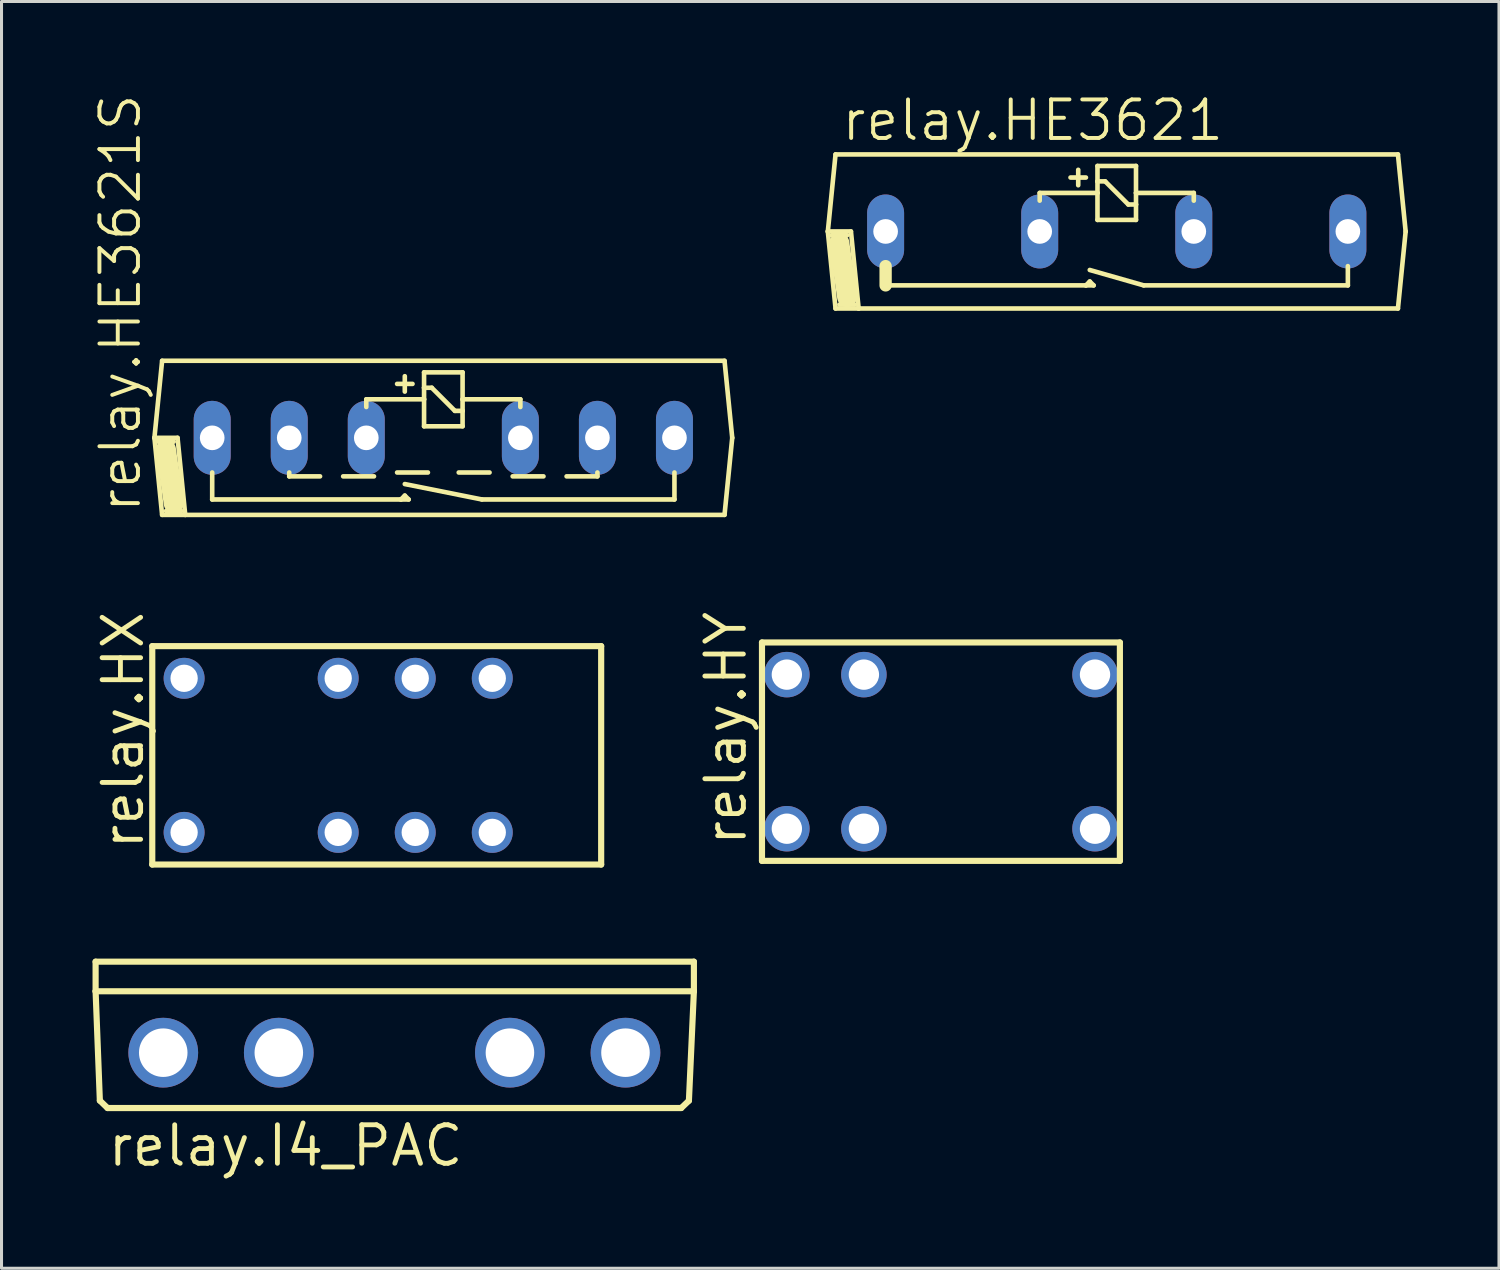
<source format=kicad_pcb>
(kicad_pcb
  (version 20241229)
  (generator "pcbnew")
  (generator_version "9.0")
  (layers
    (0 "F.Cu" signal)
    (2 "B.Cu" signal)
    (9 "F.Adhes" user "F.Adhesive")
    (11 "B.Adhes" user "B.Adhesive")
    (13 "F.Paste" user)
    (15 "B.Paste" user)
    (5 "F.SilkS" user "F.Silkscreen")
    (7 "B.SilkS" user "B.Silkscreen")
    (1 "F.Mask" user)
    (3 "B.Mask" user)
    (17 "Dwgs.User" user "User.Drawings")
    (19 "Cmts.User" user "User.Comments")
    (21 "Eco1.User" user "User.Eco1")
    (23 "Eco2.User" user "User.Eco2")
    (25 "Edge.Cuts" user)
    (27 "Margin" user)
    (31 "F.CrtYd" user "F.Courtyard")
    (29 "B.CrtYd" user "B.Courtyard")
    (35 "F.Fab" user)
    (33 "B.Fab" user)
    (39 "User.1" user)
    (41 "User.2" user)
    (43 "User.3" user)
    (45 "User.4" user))
  (footprint "relay.HX"
    (layer "F.Cu")
    (at 9.37 21.853)
    (property "Reference" "relay.HX" (at -7.62 3.175 90) (layer "F.SilkS") (effects (font (size 1.27 1.27) (thickness 0.16)) (justify left bottom)))
    (attr through_hole)
    (fp_line (start -7.4 -3.6) (end 7.4 -3.6) (stroke (width 0.203) (type default)) (layer "F.SilkS"))
    (fp_line (start -7.4 3.6) (end -7.4 -3.6) (stroke (width 0.203) (type default)) (layer "F.SilkS"))
    (fp_line (start 7.4 -3.6) (end 7.4 3.6) (stroke (width 0.203) (type default)) (layer "F.SilkS"))
    (fp_line (start 7.4 3.6) (end -7.4 3.6) (stroke (width 0.203) (type default)) (layer "F.SilkS"))
    (pad "1" thru_hole circle (at -6.35 2.54) (size 1.35 1.35) (drill 0.9) (layers "*.Cu" "*.Mask"))
    (pad "3" thru_hole circle (at -1.27 2.54) (size 1.35 1.35) (drill 0.9) (layers "*.Cu" "*.Mask"))
    (pad "4" thru_hole circle (at 1.27 2.54) (size 1.35 1.35) (drill 0.9) (layers "*.Cu" "*.Mask"))
    (pad "5" thru_hole circle (at 3.81 2.54) (size 1.35 1.35) (drill 0.9) (layers "*.Cu" "*.Mask"))
    (pad "8" thru_hole circle (at 3.81 -2.54) (size 1.35 1.35) (drill 0.9) (layers "*.Cu" "*.Mask"))
    (pad "9" thru_hole circle (at 1.27 -2.54) (size 1.35 1.35) (drill 0.9) (layers "*.Cu" "*.Mask"))
    (pad "10" thru_hole circle (at -1.27 -2.54) (size 1.35 1.35) (drill 0.9) (layers "*.Cu" "*.Mask"))
    (pad "12" thru_hole circle (at -6.35 -2.54) (size 1.35 1.35) (drill 0.9) (layers "*.Cu" "*.Mask")))
  (footprint "relay.HE3621S"
    (layer "F.Cu")
    (at 11.566 11.385)
    (property "Reference" "relay.HE3621S" (at -9.906 2.54 90) (layer "F.SilkS") (effects (font (size 1.27 1.27) (thickness 0.13)) (justify left bottom)))
    (attr through_hole)
    (fp_line (start -9.525 0) (end -9.271 -2.54) (stroke (width 0.152) (type default)) (layer "F.SilkS"))
    (fp_line (start -9.525 0) (end -8.763 0) (stroke (width 0.152) (type default)) (layer "F.SilkS"))
    (fp_line (start -9.271 -2.54) (end 9.271 -2.54) (stroke (width 0.152) (type default)) (layer "F.SilkS"))
    (fp_line (start -9.271 2.54) (end -9.525 0) (stroke (width 0.152) (type default)) (layer "F.SilkS"))
    (fp_line (start -9.144 0.381) (end -8.89 2.159) (stroke (width 0.66) (type default)) (layer "F.SilkS"))
    (fp_line (start -8.89 0.127) (end -9.398 0.127) (stroke (width 0.152) (type default)) (layer "F.SilkS"))
    (fp_line (start -8.763 0) (end -8.509 2.54) (stroke (width 0.152) (type default)) (layer "F.SilkS"))
    (fp_line (start -8.636 2.413) (end -9.144 2.413) (stroke (width 0.152) (type default)) (layer "F.SilkS"))
    (fp_line (start -8.509 2.54) (end -9.271 2.54) (stroke (width 0.152) (type default)) (layer "F.SilkS"))
    (fp_line (start -7.62 2.032) (end -7.62 1.143) (stroke (width 0.152) (type default)) (layer "F.SilkS"))
    (fp_line (start -5.08 1.143) (end -5.08 1.27) (stroke (width 0.152) (type default)) (layer "F.SilkS"))
    (fp_line (start -4.064 1.27) (end -5.08 1.27) (stroke (width 0.152) (type default)) (layer "F.SilkS"))
    (fp_line (start -2.54 -1.016) (end -2.54 -1.27) (stroke (width 0.152) (type default)) (layer "F.SilkS"))
    (fp_line (start -2.286 1.27) (end -3.302 1.27) (stroke (width 0.152) (type default)) (layer "F.SilkS"))
    (fp_line (start -1.524 -1.778) (end -1.016 -1.778) (stroke (width 0.152) (type default)) (layer "F.SilkS"))
    (fp_line (start -1.397 2.032) (end -7.62 2.032) (stroke (width 0.152) (type default)) (layer "F.SilkS"))
    (fp_line (start -1.27 -1.524) (end -1.27 -2.032) (stroke (width 0.152) (type default)) (layer "F.SilkS"))
    (fp_line (start -1.27 1.905) (end -1.397 2.032) (stroke (width 0.152) (type default)) (layer "F.SilkS"))
    (fp_line (start -1.143 2.032) (end -1.397 2.032) (stroke (width 0.152) (type default)) (layer "F.SilkS"))
    (fp_line (start -1.143 2.032) (end -1.27 1.905) (stroke (width 0.152) (type default)) (layer "F.SilkS"))
    (fp_line (start -0.635 -2.159) (end -0.635 -1.651) (stroke (width 0.152) (type default)) (layer "F.SilkS"))
    (fp_line (start -0.635 -1.651) (end -0.635 -1.27) (stroke (width 0.152) (type default)) (layer "F.SilkS"))
    (fp_line (start -0.635 -1.651) (end -0.381 -1.651) (stroke (width 0.152) (type default)) (layer "F.SilkS"))
    (fp_line (start -0.635 -1.27) (end -2.54 -1.27) (stroke (width 0.152) (type default)) (layer "F.SilkS"))
    (fp_line (start -0.635 -1.27) (end -0.635 -0.381) (stroke (width 0.152) (type default)) (layer "F.SilkS"))
    (fp_line (start -0.635 -0.381) (end 0.635 -0.381) (stroke (width 0.152) (type default)) (layer "F.SilkS"))
    (fp_line (start -0.508 1.143) (end -1.524 1.143) (stroke (width 0.152) (type default)) (layer "F.SilkS"))
    (fp_line (start -0.381 -1.651) (end 0.381 -0.889) (stroke (width 0.152) (type default)) (layer "F.SilkS"))
    (fp_line (start 0.381 -0.889) (end 0.635 -0.889) (stroke (width 0.152) (type default)) (layer "F.SilkS"))
    (fp_line (start 0.635 -2.159) (end -0.635 -2.159) (stroke (width 0.152) (type default)) (layer "F.SilkS"))
    (fp_line (start 0.635 -1.27) (end 0.635 -2.159) (stroke (width 0.152) (type default)) (layer "F.SilkS"))
    (fp_line (start 0.635 -1.27) (end 2.54 -1.27) (stroke (width 0.152) (type default)) (layer "F.SilkS"))
    (fp_line (start 0.635 -0.889) (end 0.635 -1.27) (stroke (width 0.152) (type default)) (layer "F.SilkS"))
    (fp_line (start 0.635 -0.381) (end 0.635 -0.889) (stroke (width 0.152) (type default)) (layer "F.SilkS"))
    (fp_line (start 1.27 2.032) (end -1.27 1.524) (stroke (width 0.152) (type default)) (layer "F.SilkS"))
    (fp_line (start 1.524 1.143) (end 0.508 1.143) (stroke (width 0.152) (type default)) (layer "F.SilkS"))
    (fp_line (start 2.54 -1.016) (end 2.54 -1.27) (stroke (width 0.152) (type default)) (layer "F.SilkS"))
    (fp_line (start 3.302 1.27) (end 2.286 1.27) (stroke (width 0.152) (type default)) (layer "F.SilkS"))
    (fp_line (start 5.08 1.143) (end 5.08 1.27) (stroke (width 0.152) (type default)) (layer "F.SilkS"))
    (fp_line (start 5.08 1.27) (end 4.064 1.27) (stroke (width 0.152) (type default)) (layer "F.SilkS"))
    (fp_line (start 7.62 1.143) (end 7.62 2.032) (stroke (width 0.152) (type default)) (layer "F.SilkS"))
    (fp_line (start 7.62 2.032) (end 1.27 2.032) (stroke (width 0.152) (type default)) (layer "F.SilkS"))
    (fp_line (start 9.271 -2.54) (end 9.525 0) (stroke (width 0.152) (type default)) (layer "F.SilkS"))
    (fp_line (start 9.271 2.54) (end -8.509 2.54) (stroke (width 0.152) (type default)) (layer "F.SilkS"))
    (fp_line (start 9.525 0) (end 9.271 2.54) (stroke (width 0.152) (type default)) (layer "F.SilkS"))
    (pad "1" thru_hole oval (at -7.62 0 90) (size 2.438 1.219) (drill 0.813) (layers "*.Cu" "*.Mask"))
    (pad "2" thru_hole oval (at -2.54 0 90) (size 2.438 1.219) (drill 0.813) (layers "*.Cu" "*.Mask"))
    (pad "3" thru_hole oval (at 2.54 0 90) (size 2.438 1.219) (drill 0.813) (layers "*.Cu" "*.Mask"))
    (pad "4" thru_hole oval (at 7.62 0 90) (size 2.438 1.219) (drill 0.813) (layers "*.Cu" "*.Mask"))
    (pad "5" thru_hole oval (at -5.08 0 90) (size 2.438 1.219) (drill 0.813) (layers "*.Cu" "*.Mask"))
    (pad "6" thru_hole oval (at 5.08 0 90) (size 2.438 1.219) (drill 0.813) (layers "*.Cu" "*.Mask")))
  (footprint "relay.HE3621"
    (layer "F.Cu")
    (at 33.768 4.581)
    (property "Reference" "relay.HE3621" (at -9.144 -2.921 0) (layer "F.SilkS") (effects (font (size 1.27 1.27) (thickness 0.13)) (justify left bottom)))
    (attr through_hole)
    (fp_line (start -9.525 0) (end -9.271 -2.54) (stroke (width 0.152) (type default)) (layer "F.SilkS"))
    (fp_line (start -9.525 0) (end -8.763 0) (stroke (width 0.152) (type default)) (layer "F.SilkS"))
    (fp_line (start -9.271 -2.54) (end 9.271 -2.54) (stroke (width 0.152) (type default)) (layer "F.SilkS"))
    (fp_line (start -9.271 2.54) (end -9.525 0) (stroke (width 0.152) (type default)) (layer "F.SilkS"))
    (fp_line (start -9.144 0.381) (end -8.89 2.159) (stroke (width 0.66) (type default)) (layer "F.SilkS"))
    (fp_line (start -8.89 0.127) (end -9.398 0.127) (stroke (width 0.152) (type default)) (layer "F.SilkS"))
    (fp_line (start -8.763 0) (end -8.509 2.54) (stroke (width 0.152) (type default)) (layer "F.SilkS"))
    (fp_line (start -8.636 2.413) (end -9.144 2.413) (stroke (width 0.152) (type default)) (layer "F.SilkS"))
    (fp_line (start -8.509 2.54) (end -9.271 2.54) (stroke (width 0.152) (type default)) (layer "F.SilkS"))
    (fp_line (start -7.62 1.778) (end -7.62 1.143) (stroke (width 0.406) (type default)) (layer "F.SilkS"))
    (fp_line (start -2.54 -1.016) (end -2.54 -1.27) (stroke (width 0.152) (type default)) (layer "F.SilkS"))
    (fp_line (start -1.524 -1.778) (end -1.016 -1.778) (stroke (width 0.152) (type default)) (layer "F.SilkS"))
    (fp_line (start -1.27 -1.524) (end -1.27 -2.032) (stroke (width 0.152) (type default)) (layer "F.SilkS"))
    (fp_line (start -1.016 1.778) (end -7.62 1.778) (stroke (width 0.152) (type default)) (layer "F.SilkS"))
    (fp_line (start -0.889 1.651) (end -1.016 1.778) (stroke (width 0.152) (type default)) (layer "F.SilkS"))
    (fp_line (start -0.762 1.778) (end -1.016 1.778) (stroke (width 0.152) (type default)) (layer "F.SilkS"))
    (fp_line (start -0.762 1.778) (end -0.889 1.651) (stroke (width 0.152) (type default)) (layer "F.SilkS"))
    (fp_line (start -0.635 -2.159) (end -0.635 -1.651) (stroke (width 0.152) (type default)) (layer "F.SilkS"))
    (fp_line (start -0.635 -1.651) (end -0.635 -1.27) (stroke (width 0.152) (type default)) (layer "F.SilkS"))
    (fp_line (start -0.635 -1.651) (end -0.381 -1.651) (stroke (width 0.152) (type default)) (layer "F.SilkS"))
    (fp_line (start -0.635 -1.27) (end -2.54 -1.27) (stroke (width 0.152) (type default)) (layer "F.SilkS"))
    (fp_line (start -0.635 -1.27) (end -0.635 -0.381) (stroke (width 0.152) (type default)) (layer "F.SilkS"))
    (fp_line (start -0.635 -0.381) (end 0.635 -0.381) (stroke (width 0.152) (type default)) (layer "F.SilkS"))
    (fp_line (start -0.381 -1.651) (end 0.381 -0.889) (stroke (width 0.152) (type default)) (layer "F.SilkS"))
    (fp_line (start 0.381 -0.889) (end 0.635 -0.889) (stroke (width 0.152) (type default)) (layer "F.SilkS"))
    (fp_line (start 0.635 -2.159) (end -0.635 -2.159) (stroke (width 0.152) (type default)) (layer "F.SilkS"))
    (fp_line (start 0.635 -1.27) (end 0.635 -2.159) (stroke (width 0.152) (type default)) (layer "F.SilkS"))
    (fp_line (start 0.635 -1.27) (end 2.54 -1.27) (stroke (width 0.152) (type default)) (layer "F.SilkS"))
    (fp_line (start 0.635 -0.889) (end 0.635 -1.27) (stroke (width 0.152) (type default)) (layer "F.SilkS"))
    (fp_line (start 0.635 -0.381) (end 0.635 -0.889) (stroke (width 0.152) (type default)) (layer "F.SilkS"))
    (fp_line (start 0.889 1.778) (end -0.889 1.27) (stroke (width 0.152) (type default)) (layer "F.SilkS"))
    (fp_line (start 2.54 -1.016) (end 2.54 -1.27) (stroke (width 0.152) (type default)) (layer "F.SilkS"))
    (fp_line (start 7.62 1.143) (end 7.62 1.778) (stroke (width 0.152) (type default)) (layer "F.SilkS"))
    (fp_line (start 7.62 1.778) (end 0.889 1.778) (stroke (width 0.152) (type default)) (layer "F.SilkS"))
    (fp_line (start 9.271 -2.54) (end 9.525 0) (stroke (width 0.152) (type default)) (layer "F.SilkS"))
    (fp_line (start 9.271 2.54) (end -8.509 2.54) (stroke (width 0.152) (type default)) (layer "F.SilkS"))
    (fp_line (start 9.525 0) (end 9.271 2.54) (stroke (width 0.152) (type default)) (layer "F.SilkS"))
    (pad "1" thru_hole oval (at -7.62 0 90) (size 2.438 1.219) (drill 0.813) (layers "*.Cu" "*.Mask"))
    (pad "2" thru_hole oval (at -2.54 0 90) (size 2.438 1.219) (drill 0.813) (layers "*.Cu" "*.Mask"))
    (pad "3" thru_hole oval (at 2.54 0 90) (size 2.438 1.219) (drill 0.813) (layers "*.Cu" "*.Mask"))
    (pad "4" thru_hole oval (at 7.62 0 90) (size 2.438 1.219) (drill 0.813) (layers "*.Cu" "*.Mask")))
  (footprint "relay.HY"
    (layer "F.Cu")
    (at 27.972 21.732)
    (property "Reference" "relay.HY" (at -6.35 3.175 90) (layer "F.SilkS") (effects (font (size 1.27 1.27) (thickness 0.16)) (justify left bottom)))
    (attr through_hole)
    (fp_line (start -5.9 -3.6) (end 5.9 -3.6) (stroke (width 0.203) (type default)) (layer "F.SilkS"))
    (fp_line (start -5.9 3.6) (end -5.9 -3.6) (stroke (width 0.203) (type default)) (layer "F.SilkS"))
    (fp_line (start 5.9 -3.6) (end 5.9 3.6) (stroke (width 0.203) (type default)) (layer "F.SilkS"))
    (fp_line (start 5.9 3.6) (end -5.9 3.6) (stroke (width 0.203) (type default)) (layer "F.SilkS"))
    (pad "1" thru_hole circle (at -2.54 2.54) (size 1.5 1.5) (drill 1) (layers "*.Cu" "*.Mask"))
    (pad "2" thru_hole circle (at -2.54 -2.54) (size 1.5 1.5) (drill 1) (layers "*.Cu" "*.Mask"))
    (pad "C@1" thru_hole circle (at 5.08 -2.54) (size 1.5 1.5) (drill 1) (layers "*.Cu" "*.Mask"))
    (pad "C@2" thru_hole circle (at 5.08 2.54) (size 1.5 1.5) (drill 1) (layers "*.Cu" "*.Mask"))
    (pad "NC" thru_hole circle (at -5.08 2.54) (size 1.5 1.5) (drill 1) (layers "*.Cu" "*.Mask"))
    (pad "NO" thru_hole circle (at -5.08 -2.54) (size 1.5 1.5) (drill 1) (layers "*.Cu" "*.Mask")))
  (footprint "relay.I4_PAC"
    (layer "F.Cu")
    (at 9.952 31.656)
    (property "Reference" "relay.I4_PAC" (at -9.525 3.81 0) (layer "F.SilkS") (effects (font (size 1.27 1.27) (thickness 0.16)) (justify left bottom)))
    (attr through_hole)
    (fp_line (start -9.85 -3) (end 9.875 -3) (stroke (width 0.203) (type default)) (layer "F.SilkS"))
    (fp_line (start -9.85 -2.025) (end -9.85 -3) (stroke (width 0.203) (type default)) (layer "F.SilkS"))
    (fp_line (start -9.85 -2.025) (end 9.875 -2.025) (stroke (width 0.203) (type default)) (layer "F.SilkS"))
    (fp_line (start -9.71 1.58) (end -9.85 -2.025) (stroke (width 0.203) (type default)) (layer "F.SilkS"))
    (fp_line (start -9.456 1.825) (end -9.71 1.58) (stroke (width 0.203) (type default)) (layer "F.SilkS"))
    (fp_line (start 9.457 1.825) (end -9.456 1.825) (stroke (width 0.203) (type default)) (layer "F.SilkS"))
    (fp_line (start 9.711 1.583) (end 9.457 1.825) (stroke (width 0.203) (type default)) (layer "F.SilkS"))
    (fp_line (start 9.875 -3) (end 9.875 -2.025) (stroke (width 0.203) (type default)) (layer "F.SilkS"))
    (fp_line (start 9.875 -2.025) (end 9.711 1.583) (stroke (width 0.203) (type default)) (layer "F.SilkS"))
    (pad "1" thru_hole circle (at -7.62 0) (size 2.3 2.3) (drill 1.6) (layers "*.Cu" "*.Mask"))
    (pad "2" thru_hole circle (at -3.81 0) (size 2.3 2.3) (drill 1.6) (layers "*.Cu" "*.Mask"))
    (pad "3" thru_hole circle (at 3.81 0) (size 2.3 2.3) (drill 1.6) (layers "*.Cu" "*.Mask"))
    (pad "4" thru_hole circle (at 7.62 0) (size 2.3 2.3) (drill 1.6) (layers "*.Cu" "*.Mask")))
  (gr_rect
    (start -3 -3)
    (end 46.37 38.764)
    (stroke (width 0.1) (type default))
    (fill no)
    (layer "Edge.Cuts")))
</source>
